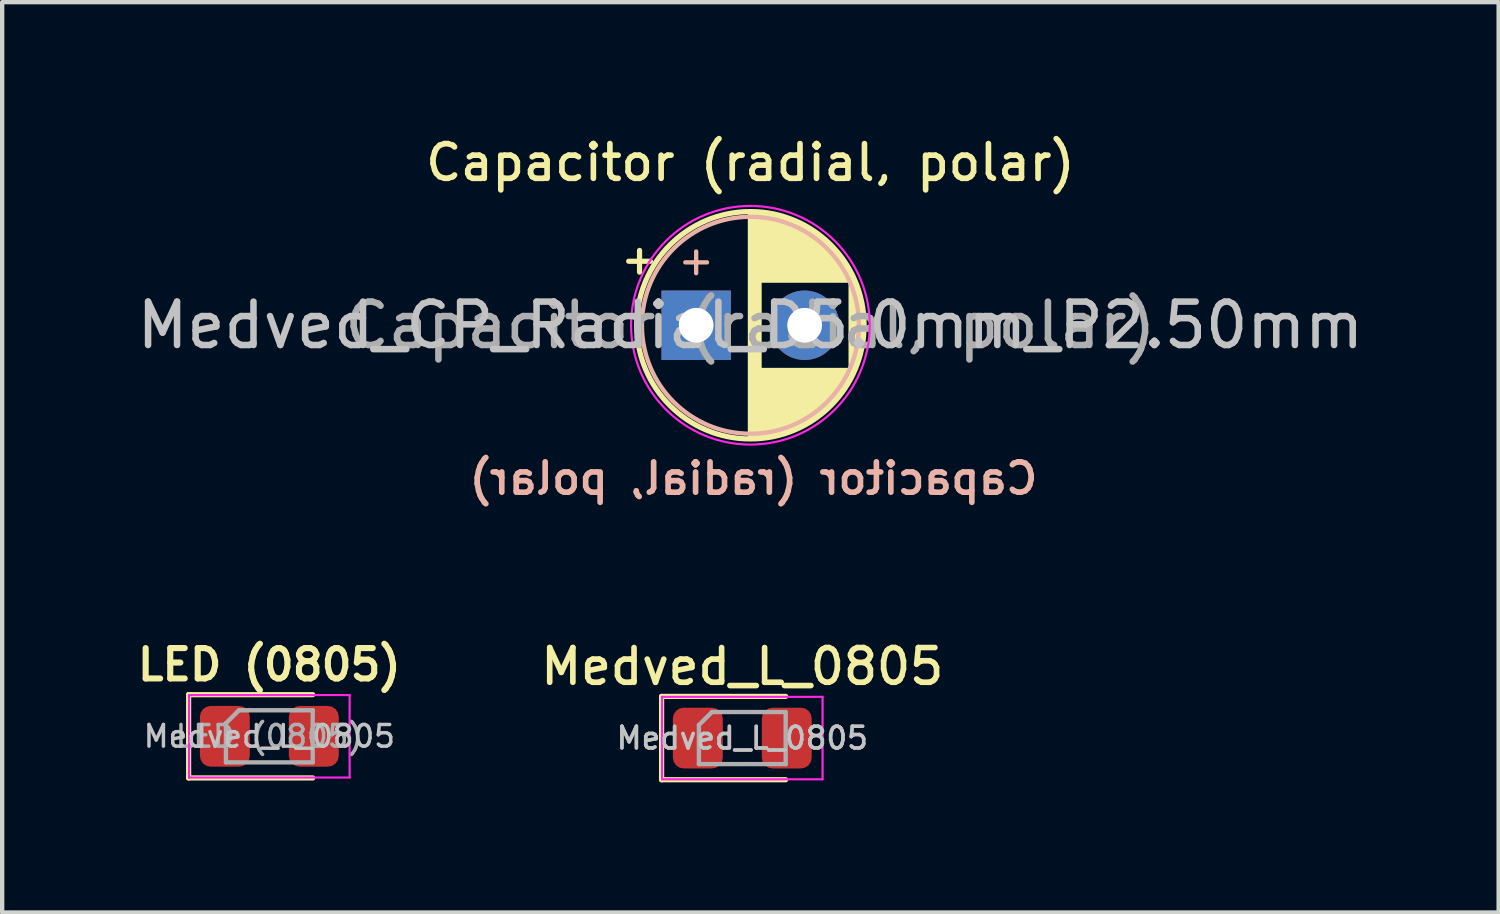
<source format=kicad_pcb>
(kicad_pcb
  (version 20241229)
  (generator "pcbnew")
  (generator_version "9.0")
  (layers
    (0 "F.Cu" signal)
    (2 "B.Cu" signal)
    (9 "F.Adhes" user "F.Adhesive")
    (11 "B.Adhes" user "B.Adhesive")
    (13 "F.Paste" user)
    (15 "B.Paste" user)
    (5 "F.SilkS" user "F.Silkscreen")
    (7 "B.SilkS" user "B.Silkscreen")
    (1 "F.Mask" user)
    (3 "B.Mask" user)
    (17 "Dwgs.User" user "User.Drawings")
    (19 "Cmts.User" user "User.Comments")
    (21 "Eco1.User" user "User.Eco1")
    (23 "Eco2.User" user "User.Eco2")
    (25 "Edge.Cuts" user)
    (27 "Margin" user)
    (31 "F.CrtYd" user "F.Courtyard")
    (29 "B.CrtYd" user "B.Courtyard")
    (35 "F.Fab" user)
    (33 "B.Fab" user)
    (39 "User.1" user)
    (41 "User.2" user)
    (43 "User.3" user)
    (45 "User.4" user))
  (footprint "Capacitor (radial, polar)"
    (layer "F.Cu")
    (at 12.994 4.446)
    (property "Reference" "Capacitor (radial, polar)" (at 1.25 -3.75 0) (layer "F.SilkS") (effects (font (size 0.8 0.8) (thickness 0.13))))
    (property "Value" "Medved_CP_Radial_D5.0mm_P2.50mm" (at 1.25 3.75 0) (layer "F.Fab") (hide yes) (effects (font (size 1 1) (thickness 0.15))))
    (attr through_hole)
    (fp_line (start -1.555 -1.475) (end -1.055 -1.475) (stroke (width 0.12) (type solid)) (layer "F.SilkS"))
    (fp_line (start -1.305 -1.725) (end -1.305 -1.225) (stroke (width 0.12) (type solid)) (layer "F.SilkS"))
    (fp_line (start 1.25 -2.58) (end 1.25 2.58) (stroke (width 0.12) (type solid)) (layer "F.SilkS"))
    (fp_line (start 1.29 -2.58) (end 1.29 2.58) (stroke (width 0.12) (type solid)) (layer "F.SilkS"))
    (fp_line (start 1.33 -2.579) (end 1.33 2.579) (stroke (width 0.12) (type solid)) (layer "F.SilkS"))
    (fp_line (start 1.37 -2.578) (end 1.37 2.578) (stroke (width 0.12) (type solid)) (layer "F.SilkS"))
    (fp_line (start 1.41 -2.576) (end 1.41 2.576) (stroke (width 0.12) (type solid)) (layer "F.SilkS"))
    (fp_line (start 1.45 -2.573) (end 1.45 2.573) (stroke (width 0.12) (type solid)) (layer "F.SilkS"))
    (fp_line (start 1.49 -2.569) (end 1.49 -1.04) (stroke (width 0.12) (type solid)) (layer "F.SilkS"))
    (fp_line (start 1.49 1.04) (end 1.49 2.569) (stroke (width 0.12) (type solid)) (layer "F.SilkS"))
    (fp_line (start 1.53 -2.565) (end 1.53 -1.04) (stroke (width 0.12) (type solid)) (layer "F.SilkS"))
    (fp_line (start 1.53 1.04) (end 1.53 2.565) (stroke (width 0.12) (type solid)) (layer "F.SilkS"))
    (fp_line (start 1.57 -2.561) (end 1.57 -1.04) (stroke (width 0.12) (type solid)) (layer "F.SilkS"))
    (fp_line (start 1.57 1.04) (end 1.57 2.561) (stroke (width 0.12) (type solid)) (layer "F.SilkS"))
    (fp_line (start 1.61 -2.556) (end 1.61 -1.04) (stroke (width 0.12) (type solid)) (layer "F.SilkS"))
    (fp_line (start 1.61 1.04) (end 1.61 2.556) (stroke (width 0.12) (type solid)) (layer "F.SilkS"))
    (fp_line (start 1.65 -2.55) (end 1.65 -1.04) (stroke (width 0.12) (type solid)) (layer "F.SilkS"))
    (fp_line (start 1.65 1.04) (end 1.65 2.55) (stroke (width 0.12) (type solid)) (layer "F.SilkS"))
    (fp_line (start 1.69 -2.543) (end 1.69 -1.04) (stroke (width 0.12) (type solid)) (layer "F.SilkS"))
    (fp_line (start 1.69 1.04) (end 1.69 2.543) (stroke (width 0.12) (type solid)) (layer "F.SilkS"))
    (fp_line (start 1.73 -2.536) (end 1.73 -1.04) (stroke (width 0.12) (type solid)) (layer "F.SilkS"))
    (fp_line (start 1.73 1.04) (end 1.73 2.536) (stroke (width 0.12) (type solid)) (layer "F.SilkS"))
    (fp_line (start 1.77 -2.528) (end 1.77 -1.04) (stroke (width 0.12) (type solid)) (layer "F.SilkS"))
    (fp_line (start 1.77 1.04) (end 1.77 2.528) (stroke (width 0.12) (type solid)) (layer "F.SilkS"))
    (fp_line (start 1.81 -2.52) (end 1.81 -1.04) (stroke (width 0.12) (type solid)) (layer "F.SilkS"))
    (fp_line (start 1.81 1.04) (end 1.81 2.52) (stroke (width 0.12) (type solid)) (layer "F.SilkS"))
    (fp_line (start 1.85 -2.511) (end 1.85 -1.04) (stroke (width 0.12) (type solid)) (layer "F.SilkS"))
    (fp_line (start 1.85 1.04) (end 1.85 2.511) (stroke (width 0.12) (type solid)) (layer "F.SilkS"))
    (fp_line (start 1.89 -2.501) (end 1.89 -1.04) (stroke (width 0.12) (type solid)) (layer "F.SilkS"))
    (fp_line (start 1.89 1.04) (end 1.89 2.501) (stroke (width 0.12) (type solid)) (layer "F.SilkS"))
    (fp_line (start 1.93 -2.491) (end 1.93 -1.04) (stroke (width 0.12) (type solid)) (layer "F.SilkS"))
    (fp_line (start 1.93 1.04) (end 1.93 2.491) (stroke (width 0.12) (type solid)) (layer "F.SilkS"))
    (fp_line (start 1.971 -2.48) (end 1.971 -1.04) (stroke (width 0.12) (type solid)) (layer "F.SilkS"))
    (fp_line (start 1.971 1.04) (end 1.971 2.48) (stroke (width 0.12) (type solid)) (layer "F.SilkS"))
    (fp_line (start 2.011 -2.468) (end 2.011 -1.04) (stroke (width 0.12) (type solid)) (layer "F.SilkS"))
    (fp_line (start 2.011 1.04) (end 2.011 2.468) (stroke (width 0.12) (type solid)) (layer "F.SilkS"))
    (fp_line (start 2.051 -2.455) (end 2.051 -1.04) (stroke (width 0.12) (type solid)) (layer "F.SilkS"))
    (fp_line (start 2.051 1.04) (end 2.051 2.455) (stroke (width 0.12) (type solid)) (layer "F.SilkS"))
    (fp_line (start 2.091 -2.442) (end 2.091 -1.04) (stroke (width 0.12) (type solid)) (layer "F.SilkS"))
    (fp_line (start 2.091 1.04) (end 2.091 2.442) (stroke (width 0.12) (type solid)) (layer "F.SilkS"))
    (fp_line (start 2.131 -2.428) (end 2.131 -1.04) (stroke (width 0.12) (type solid)) (layer "F.SilkS"))
    (fp_line (start 2.131 1.04) (end 2.131 2.428) (stroke (width 0.12) (type solid)) (layer "F.SilkS"))
    (fp_line (start 2.171 -2.414) (end 2.171 -1.04) (stroke (width 0.12) (type solid)) (layer "F.SilkS"))
    (fp_line (start 2.171 1.04) (end 2.171 2.414) (stroke (width 0.12) (type solid)) (layer "F.SilkS"))
    (fp_line (start 2.211 -2.398) (end 2.211 -1.04) (stroke (width 0.12) (type solid)) (layer "F.SilkS"))
    (fp_line (start 2.211 1.04) (end 2.211 2.398) (stroke (width 0.12) (type solid)) (layer "F.SilkS"))
    (fp_line (start 2.251 -2.382) (end 2.251 -1.04) (stroke (width 0.12) (type solid)) (layer "F.SilkS"))
    (fp_line (start 2.251 1.04) (end 2.251 2.382) (stroke (width 0.12) (type solid)) (layer "F.SilkS"))
    (fp_line (start 2.291 -2.365) (end 2.291 -1.04) (stroke (width 0.12) (type solid)) (layer "F.SilkS"))
    (fp_line (start 2.291 1.04) (end 2.291 2.365) (stroke (width 0.12) (type solid)) (layer "F.SilkS"))
    (fp_line (start 2.331 -2.348) (end 2.331 -1.04) (stroke (width 0.12) (type solid)) (layer "F.SilkS"))
    (fp_line (start 2.331 1.04) (end 2.331 2.348) (stroke (width 0.12) (type solid)) (layer "F.SilkS"))
    (fp_line (start 2.371 -2.329) (end 2.371 -1.04) (stroke (width 0.12) (type solid)) (layer "F.SilkS"))
    (fp_line (start 2.371 1.04) (end 2.371 2.329) (stroke (width 0.12) (type solid)) (layer "F.SilkS"))
    (fp_line (start 2.411 -2.31) (end 2.411 -1.04) (stroke (width 0.12) (type solid)) (layer "F.SilkS"))
    (fp_line (start 2.411 1.04) (end 2.411 2.31) (stroke (width 0.12) (type solid)) (layer "F.SilkS"))
    (fp_line (start 2.451 -2.29) (end 2.451 -1.04) (stroke (width 0.12) (type solid)) (layer "F.SilkS"))
    (fp_line (start 2.451 1.04) (end 2.451 2.29) (stroke (width 0.12) (type solid)) (layer "F.SilkS"))
    (fp_line (start 2.491 -2.268) (end 2.491 -1.04) (stroke (width 0.12) (type solid)) (layer "F.SilkS"))
    (fp_line (start 2.491 1.04) (end 2.491 2.268) (stroke (width 0.12) (type solid)) (layer "F.SilkS"))
    (fp_line (start 2.531 -2.247) (end 2.531 -1.04) (stroke (width 0.12) (type solid)) (layer "F.SilkS"))
    (fp_line (start 2.531 1.04) (end 2.531 2.247) (stroke (width 0.12) (type solid)) (layer "F.SilkS"))
    (fp_line (start 2.571 -2.224) (end 2.571 -1.04) (stroke (width 0.12) (type solid)) (layer "F.SilkS"))
    (fp_line (start 2.571 1.04) (end 2.571 2.224) (stroke (width 0.12) (type solid)) (layer "F.SilkS"))
    (fp_line (start 2.611 -2.2) (end 2.611 -1.04) (stroke (width 0.12) (type solid)) (layer "F.SilkS"))
    (fp_line (start 2.611 1.04) (end 2.611 2.2) (stroke (width 0.12) (type solid)) (layer "F.SilkS"))
    (fp_line (start 2.651 -2.175) (end 2.651 -1.04) (stroke (width 0.12) (type solid)) (layer "F.SilkS"))
    (fp_line (start 2.651 1.04) (end 2.651 2.175) (stroke (width 0.12) (type solid)) (layer "F.SilkS"))
    (fp_line (start 2.691 -2.149) (end 2.691 -1.04) (stroke (width 0.12) (type solid)) (layer "F.SilkS"))
    (fp_line (start 2.691 1.04) (end 2.691 2.149) (stroke (width 0.12) (type solid)) (layer "F.SilkS"))
    (fp_line (start 2.731 -2.122) (end 2.731 -1.04) (stroke (width 0.12) (type solid)) (layer "F.SilkS"))
    (fp_line (start 2.731 1.04) (end 2.731 2.122) (stroke (width 0.12) (type solid)) (layer "F.SilkS"))
    (fp_line (start 2.771 -2.095) (end 2.771 -1.04) (stroke (width 0.12) (type solid)) (layer "F.SilkS"))
    (fp_line (start 2.771 1.04) (end 2.771 2.095) (stroke (width 0.12) (type solid)) (layer "F.SilkS"))
    (fp_line (start 2.811 -2.065) (end 2.811 -1.04) (stroke (width 0.12) (type solid)) (layer "F.SilkS"))
    (fp_line (start 2.811 1.04) (end 2.811 2.065) (stroke (width 0.12) (type solid)) (layer "F.SilkS"))
    (fp_line (start 2.851 -2.035) (end 2.851 -1.04) (stroke (width 0.12) (type solid)) (layer "F.SilkS"))
    (fp_line (start 2.851 1.04) (end 2.851 2.035) (stroke (width 0.12) (type solid)) (layer "F.SilkS"))
    (fp_line (start 2.891 -2.004) (end 2.891 -1.04) (stroke (width 0.12) (type solid)) (layer "F.SilkS"))
    (fp_line (start 2.891 1.04) (end 2.891 2.004) (stroke (width 0.12) (type solid)) (layer "F.SilkS"))
    (fp_line (start 2.931 -1.971) (end 2.931 -1.04) (stroke (width 0.12) (type solid)) (layer "F.SilkS"))
    (fp_line (start 2.931 1.04) (end 2.931 1.971) (stroke (width 0.12) (type solid)) (layer "F.SilkS"))
    (fp_line (start 2.971 -1.937) (end 2.971 -1.04) (stroke (width 0.12) (type solid)) (layer "F.SilkS"))
    (fp_line (start 2.971 1.04) (end 2.971 1.937) (stroke (width 0.12) (type solid)) (layer "F.SilkS"))
    (fp_line (start 3.011 -1.901) (end 3.011 -1.04) (stroke (width 0.12) (type solid)) (layer "F.SilkS"))
    (fp_line (start 3.011 1.04) (end 3.011 1.901) (stroke (width 0.12) (type solid)) (layer "F.SilkS"))
    (fp_line (start 3.051 -1.864) (end 3.051 -1.04) (stroke (width 0.12) (type solid)) (layer "F.SilkS"))
    (fp_line (start 3.051 1.04) (end 3.051 1.864) (stroke (width 0.12) (type solid)) (layer "F.SilkS"))
    (fp_line (start 3.091 -1.826) (end 3.091 -1.04) (stroke (width 0.12) (type solid)) (layer "F.SilkS"))
    (fp_line (start 3.091 1.04) (end 3.091 1.826) (stroke (width 0.12) (type solid)) (layer "F.SilkS"))
    (fp_line (start 3.131 -1.785) (end 3.131 -1.04) (stroke (width 0.12) (type solid)) (layer "F.SilkS"))
    (fp_line (start 3.131 1.04) (end 3.131 1.785) (stroke (width 0.12) (type solid)) (layer "F.SilkS"))
    (fp_line (start 3.171 -1.743) (end 3.171 -1.04) (stroke (width 0.12) (type solid)) (layer "F.SilkS"))
    (fp_line (start 3.171 1.04) (end 3.171 1.743) (stroke (width 0.12) (type solid)) (layer "F.SilkS"))
    (fp_line (start 3.211 -1.699) (end 3.211 -1.04) (stroke (width 0.12) (type solid)) (layer "F.SilkS"))
    (fp_line (start 3.211 1.04) (end 3.211 1.699) (stroke (width 0.12) (type solid)) (layer "F.SilkS"))
    (fp_line (start 3.251 -1.653) (end 3.251 -1.04) (stroke (width 0.12) (type solid)) (layer "F.SilkS"))
    (fp_line (start 3.251 1.04) (end 3.251 1.653) (stroke (width 0.12) (type solid)) (layer "F.SilkS"))
    (fp_line (start 3.291 -1.605) (end 3.291 -1.04) (stroke (width 0.12) (type solid)) (layer "F.SilkS"))
    (fp_line (start 3.291 1.04) (end 3.291 1.605) (stroke (width 0.12) (type solid)) (layer "F.SilkS"))
    (fp_line (start 3.331 -1.554) (end 3.331 -1.04) (stroke (width 0.12) (type solid)) (layer "F.SilkS"))
    (fp_line (start 3.331 1.04) (end 3.331 1.554) (stroke (width 0.12) (type solid)) (layer "F.SilkS"))
    (fp_line (start 3.371 -1.5) (end 3.371 -1.04) (stroke (width 0.12) (type solid)) (layer "F.SilkS"))
    (fp_line (start 3.371 1.04) (end 3.371 1.5) (stroke (width 0.12) (type solid)) (layer "F.SilkS"))
    (fp_line (start 3.411 -1.443) (end 3.411 -1.04) (stroke (width 0.12) (type solid)) (layer "F.SilkS"))
    (fp_line (start 3.411 1.04) (end 3.411 1.443) (stroke (width 0.12) (type solid)) (layer "F.SilkS"))
    (fp_line (start 3.451 -1.383) (end 3.451 -1.04) (stroke (width 0.12) (type solid)) (layer "F.SilkS"))
    (fp_line (start 3.451 1.04) (end 3.451 1.383) (stroke (width 0.12) (type solid)) (layer "F.SilkS"))
    (fp_line (start 3.491 -1.319) (end 3.491 -1.04) (stroke (width 0.12) (type solid)) (layer "F.SilkS"))
    (fp_line (start 3.491 1.04) (end 3.491 1.319) (stroke (width 0.12) (type solid)) (layer "F.SilkS"))
    (fp_line (start 3.531 -1.251) (end 3.531 -1.04) (stroke (width 0.12) (type solid)) (layer "F.SilkS"))
    (fp_line (start 3.531 1.04) (end 3.531 1.251) (stroke (width 0.12) (type solid)) (layer "F.SilkS"))
    (fp_line (start 3.571 -1.178) (end 3.571 1.178) (stroke (width 0.12) (type solid)) (layer "F.SilkS"))
    (fp_line (start 3.611 -1.098) (end 3.611 1.098) (stroke (width 0.12) (type solid)) (layer "F.SilkS"))
    (fp_line (start 3.651 -1.011) (end 3.651 1.011) (stroke (width 0.12) (type solid)) (layer "F.SilkS"))
    (fp_line (start 3.691 -0.915) (end 3.691 0.915) (stroke (width 0.12) (type solid)) (layer "F.SilkS"))
    (fp_line (start 3.731 -0.805) (end 3.731 0.805) (stroke (width 0.12) (type solid)) (layer "F.SilkS"))
    (fp_line (start 3.771 -0.677) (end 3.771 0.677) (stroke (width 0.12) (type solid)) (layer "F.SilkS"))
    (fp_line (start 3.811 -0.518) (end 3.811 0.518) (stroke (width 0.12) (type solid)) (layer "F.SilkS"))
    (fp_line (start 3.851 -0.284) (end 3.851 0.284) (stroke (width 0.12) (type solid)) (layer "F.SilkS"))
    (fp_circle (center 1.25 0) (end 3.87 0) (stroke (width 0.12) (type solid)) (fill no) (layer "F.SilkS"))
    (fp_line (start -0.25 -1.45) (end 0.25 -1.45) (stroke (width 0.1) (type solid)) (layer "B.SilkS"))
    (fp_line (start 0 -1.7) (end 0 -1.2) (stroke (width 0.1) (type solid)) (layer "B.SilkS"))
    (fp_circle (center 1.25 0) (end 3.75 0) (stroke (width 0.1) (type solid)) (fill no) (layer "B.SilkS"))
    (fp_circle (center 1.25 0) (end 4 0) (stroke (width 0.05) (type solid)) (fill no) (layer "F.CrtYd"))
    (fp_text user "${REFERENCE}" (at 1.32 3.53 0) (layer "B.SilkS") (effects (font (size 0.7 0.7) (thickness 0.13) (bold yes)) (justify mirror)))
    (fp_text user "${VALUE}" (at 1.25 0 0) (layer "Dwgs.User") (effects (font (size 1 1) (thickness 0.15))))
    (fp_text user "${REFERENCE}" (at 1.25 0 0) (layer "F.Fab") (effects (font (size 1 1) (thickness 0.15))))
    (pad "1" thru_hole rect (at 0 0) (size 1.6 1.6) (drill 0.8) (layers "*.Cu" "*.Mask"))
    (pad "2" thru_hole circle (at 2.5 0) (size 1.6 1.6) (drill 0.8) (layers "*.Cu" "*.Mask")))
  (footprint "Medved_L_0805"
    (layer "F.Cu")
    (at 14.057 13.96)
    (property "Reference" "Medved_L_0805" (at 0 -1.65 0) (layer "F.SilkS") (effects (font (size 0.8 0.8) (thickness 0.13))))
    (property "Value" "Medved_L_0805" (at 0 1.65 0) (layer "F.Fab") (hide yes) (effects (font (size 1 1) (thickness 0.15))))
    (attr smd)
    (fp_line (start -1.86 -0.96) (end -1.86 0.96) (stroke (width 0.12) (type solid)) (layer "F.SilkS"))
    (fp_line (start -1.86 0.96) (end 1 0.96) (stroke (width 0.12) (type solid)) (layer "F.SilkS"))
    (fp_line (start 1 -0.96) (end -1.86 -0.96) (stroke (width 0.12) (type solid)) (layer "F.SilkS"))
    (fp_line (start -1.85 -0.95) (end 1.85 -0.95) (stroke (width 0.05) (type solid)) (layer "F.CrtYd"))
    (fp_line (start -1.85 0.95) (end -1.85 -0.95) (stroke (width 0.05) (type solid)) (layer "F.CrtYd"))
    (fp_line (start 1.85 -0.95) (end 1.85 0.95) (stroke (width 0.05) (type solid)) (layer "F.CrtYd"))
    (fp_line (start 1.85 0.95) (end -1.85 0.95) (stroke (width 0.05) (type solid)) (layer "F.CrtYd"))
    (fp_line (start -1 -0.3) (end -1 0.6) (stroke (width 0.1) (type solid)) (layer "F.Fab"))
    (fp_line (start -1 0.6) (end 1 0.6) (stroke (width 0.1) (type solid)) (layer "F.Fab"))
    (fp_line (start -0.7 -0.6) (end -1 -0.3) (stroke (width 0.1) (type solid)) (layer "F.Fab"))
    (fp_line (start 1 -0.6) (end -0.7 -0.6) (stroke (width 0.1) (type solid)) (layer "F.Fab"))
    (fp_line (start 1 0.6) (end 1 -0.6) (stroke (width 0.1) (type solid)) (layer "F.Fab"))
    (fp_text user "${VALUE}" (at 0 0 0) (layer "Dwgs.User") (effects (font (size 0.5 0.5) (thickness 0.08))))
    (fp_text user "${REFERENCE}" (at 0 0 0) (layer "F.Fab") (effects (font (size 0.5 0.5) (thickness 0.08))))
    (pad "1" smd roundrect (at -1.025 0) (size 1.15 1.4) (layers "F.Cu" "F.Mask" "F.Paste") (roundrect_rratio 0.217))
    (pad "2" smd roundrect (at 1.025 0) (size 1.15 1.4) (layers "F.Cu" "F.Mask" "F.Paste") (roundrect_rratio 0.217)))
  (footprint "LED (0805)"
    (layer "F.Cu")
    (at 3.157 13.919)
    (property "Reference" "LED (0805)" (at 0 -1.65 0) (layer "F.SilkS") (effects (font (size 0.7 0.7) (thickness 0.14) (bold yes))))
    (property "Value" "Medved_L_0805" (at 0 1.65 0) (layer "F.Fab") (hide yes) (effects (font (size 1 1) (thickness 0.15))))
    (attr smd)
    (fp_line (start -1.86 -0.96) (end -1.86 0.96) (stroke (width 0.12) (type solid)) (layer "F.SilkS"))
    (fp_line (start -1.86 0.96) (end 1 0.96) (stroke (width 0.12) (type solid)) (layer "F.SilkS"))
    (fp_line (start 1 -0.96) (end -1.86 -0.96) (stroke (width 0.12) (type solid)) (layer "F.SilkS"))
    (fp_line (start -1.85 -0.95) (end 1.85 -0.95) (stroke (width 0.05) (type solid)) (layer "F.CrtYd"))
    (fp_line (start -1.85 0.95) (end -1.85 -0.95) (stroke (width 0.05) (type solid)) (layer "F.CrtYd"))
    (fp_line (start 1.85 -0.95) (end 1.85 0.95) (stroke (width 0.05) (type solid)) (layer "F.CrtYd"))
    (fp_line (start 1.85 0.95) (end -1.85 0.95) (stroke (width 0.05) (type solid)) (layer "F.CrtYd"))
    (fp_line (start -1 -0.3) (end -1 0.6) (stroke (width 0.1) (type solid)) (layer "F.Fab"))
    (fp_line (start -1 0.6) (end 1 0.6) (stroke (width 0.1) (type solid)) (layer "F.Fab"))
    (fp_line (start -0.7 -0.6) (end -1 -0.3) (stroke (width 0.1) (type solid)) (layer "F.Fab"))
    (fp_line (start 1 -0.6) (end -0.7 -0.6) (stroke (width 0.1) (type solid)) (layer "F.Fab"))
    (fp_line (start 1 0.6) (end 1 -0.6) (stroke (width 0.1) (type solid)) (layer "F.Fab"))
    (fp_text user "${VALUE}" (at 0 0 0) (layer "Dwgs.User") (effects (font (size 0.5 0.5) (thickness 0.08))))
    (fp_text user "${REFERENCE}" (at 0 0 0) (layer "F.Fab") (effects (font (size 0.5 0.5) (thickness 0.08))))
    (pad "1" smd roundrect (at -1.025 0) (size 1.15 1.4) (layers "F.Cu" "F.Mask" "F.Paste") (roundrect_rratio 0.217))
    (pad "2" smd roundrect (at 1.025 0) (size 1.15 1.4) (layers "F.Cu" "F.Mask" "F.Paste") (roundrect_rratio 0.217)))
  (gr_rect
    (start -3 -3)
    (end 31.488 17.98)
    (stroke (width 0.1) (type default))
    (fill no)
    (layer "Edge.Cuts")))
</source>
